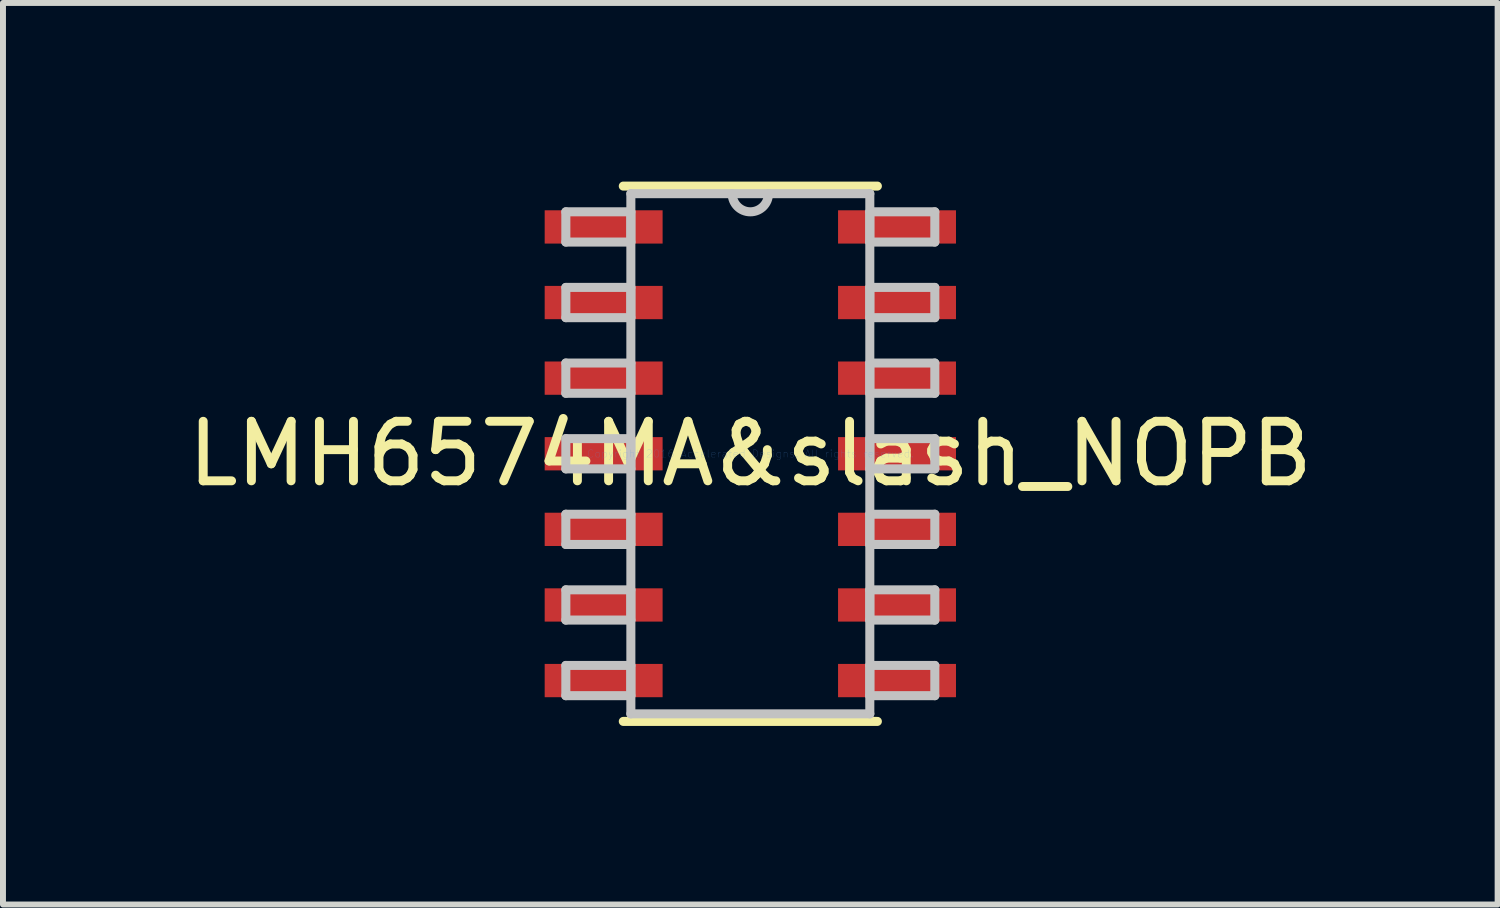
<source format=kicad_pcb>
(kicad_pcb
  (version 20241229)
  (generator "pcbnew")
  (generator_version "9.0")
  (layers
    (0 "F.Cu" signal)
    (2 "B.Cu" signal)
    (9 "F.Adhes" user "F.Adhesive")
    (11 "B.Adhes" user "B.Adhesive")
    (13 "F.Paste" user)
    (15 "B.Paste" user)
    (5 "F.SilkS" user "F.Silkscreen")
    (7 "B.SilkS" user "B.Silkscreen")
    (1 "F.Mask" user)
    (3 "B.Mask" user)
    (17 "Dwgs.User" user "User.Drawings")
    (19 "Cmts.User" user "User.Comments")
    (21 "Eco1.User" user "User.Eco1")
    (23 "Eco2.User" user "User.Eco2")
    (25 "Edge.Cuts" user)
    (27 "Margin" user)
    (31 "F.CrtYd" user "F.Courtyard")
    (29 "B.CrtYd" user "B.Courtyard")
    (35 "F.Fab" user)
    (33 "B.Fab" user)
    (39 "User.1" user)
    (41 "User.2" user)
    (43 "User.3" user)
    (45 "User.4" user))
  (footprint "LMH6574MA&slash_NOPB"
    (layer "F.Cu")
    (at 9.554 4.572)
    (property "Reference" "LMH6574MA&slash_NOPB" (at 0 0 0) (layer "F.SilkS") (effects (font (size 1 1) (thickness 0.15))))
    (attr through_hole)
    (fp_line (start -2.134 4.496) (end 2.134 4.496) (stroke (width 0.152) (type solid)) (layer "F.SilkS"))
    (fp_line (start 2.134 -4.496) (end -2.134 -4.496) (stroke (width 0.152) (type solid)) (layer "F.SilkS"))
    (fp_line (start -3.099 -4.064) (end -3.099 -3.556) (stroke (width 0.152) (type solid)) (layer "Dwgs.User"))
    (fp_line (start -3.099 -3.556) (end -2.007 -3.556) (stroke (width 0.152) (type solid)) (layer "Dwgs.User"))
    (fp_line (start -3.099 -2.794) (end -3.099 -2.286) (stroke (width 0.152) (type solid)) (layer "Dwgs.User"))
    (fp_line (start -3.099 -2.286) (end -2.007 -2.286) (stroke (width 0.152) (type solid)) (layer "Dwgs.User"))
    (fp_line (start -3.099 -1.524) (end -3.099 -1.016) (stroke (width 0.152) (type solid)) (layer "Dwgs.User"))
    (fp_line (start -3.099 -1.016) (end -2.007 -1.016) (stroke (width 0.152) (type solid)) (layer "Dwgs.User"))
    (fp_line (start -3.099 -0.254) (end -3.099 0.254) (stroke (width 0.152) (type solid)) (layer "Dwgs.User"))
    (fp_line (start -3.099 0.254) (end -2.007 0.254) (stroke (width 0.152) (type solid)) (layer "Dwgs.User"))
    (fp_line (start -3.099 1.016) (end -3.099 1.524) (stroke (width 0.152) (type solid)) (layer "Dwgs.User"))
    (fp_line (start -3.099 1.524) (end -2.007 1.524) (stroke (width 0.152) (type solid)) (layer "Dwgs.User"))
    (fp_line (start -3.099 2.286) (end -3.099 2.794) (stroke (width 0.152) (type solid)) (layer "Dwgs.User"))
    (fp_line (start -3.099 2.794) (end -2.007 2.794) (stroke (width 0.152) (type solid)) (layer "Dwgs.User"))
    (fp_line (start -3.099 3.556) (end -3.099 4.064) (stroke (width 0.152) (type solid)) (layer "Dwgs.User"))
    (fp_line (start -3.099 4.064) (end -2.007 4.064) (stroke (width 0.152) (type solid)) (layer "Dwgs.User"))
    (fp_line (start -2.007 -4.369) (end -2.007 4.369) (stroke (width 0.152) (type solid)) (layer "Dwgs.User"))
    (fp_line (start -2.007 -4.064) (end -3.099 -4.064) (stroke (width 0.152) (type solid)) (layer "Dwgs.User"))
    (fp_line (start -2.007 -3.556) (end -2.007 -4.064) (stroke (width 0.152) (type solid)) (layer "Dwgs.User"))
    (fp_line (start -2.007 -2.794) (end -3.099 -2.794) (stroke (width 0.152) (type solid)) (layer "Dwgs.User"))
    (fp_line (start -2.007 -2.286) (end -2.007 -2.794) (stroke (width 0.152) (type solid)) (layer "Dwgs.User"))
    (fp_line (start -2.007 -1.524) (end -3.099 -1.524) (stroke (width 0.152) (type solid)) (layer "Dwgs.User"))
    (fp_line (start -2.007 -1.016) (end -2.007 -1.524) (stroke (width 0.152) (type solid)) (layer "Dwgs.User"))
    (fp_line (start -2.007 -0.254) (end -3.099 -0.254) (stroke (width 0.152) (type solid)) (layer "Dwgs.User"))
    (fp_line (start -2.007 0.254) (end -2.007 -0.254) (stroke (width 0.152) (type solid)) (layer "Dwgs.User"))
    (fp_line (start -2.007 1.016) (end -3.099 1.016) (stroke (width 0.152) (type solid)) (layer "Dwgs.User"))
    (fp_line (start -2.007 1.524) (end -2.007 1.016) (stroke (width 0.152) (type solid)) (layer "Dwgs.User"))
    (fp_line (start -2.007 2.286) (end -3.099 2.286) (stroke (width 0.152) (type solid)) (layer "Dwgs.User"))
    (fp_line (start -2.007 2.794) (end -2.007 2.286) (stroke (width 0.152) (type solid)) (layer "Dwgs.User"))
    (fp_line (start -2.007 3.556) (end -3.099 3.556) (stroke (width 0.152) (type solid)) (layer "Dwgs.User"))
    (fp_line (start -2.007 4.064) (end -2.007 3.556) (stroke (width 0.152) (type solid)) (layer "Dwgs.User"))
    (fp_line (start -2.007 4.369) (end 2.007 4.369) (stroke (width 0.152) (type solid)) (layer "Dwgs.User"))
    (fp_line (start 2.007 -4.369) (end -2.007 -4.369) (stroke (width 0.152) (type solid)) (layer "Dwgs.User"))
    (fp_line (start 2.007 -4.064) (end 2.007 -3.556) (stroke (width 0.152) (type solid)) (layer "Dwgs.User"))
    (fp_line (start 2.007 -3.556) (end 3.099 -3.556) (stroke (width 0.152) (type solid)) (layer "Dwgs.User"))
    (fp_line (start 2.007 -2.794) (end 2.007 -2.286) (stroke (width 0.152) (type solid)) (layer "Dwgs.User"))
    (fp_line (start 2.007 -2.286) (end 3.099 -2.286) (stroke (width 0.152) (type solid)) (layer "Dwgs.User"))
    (fp_line (start 2.007 -1.524) (end 2.007 -1.016) (stroke (width 0.152) (type solid)) (layer "Dwgs.User"))
    (fp_line (start 2.007 -1.016) (end 3.099 -1.016) (stroke (width 0.152) (type solid)) (layer "Dwgs.User"))
    (fp_line (start 2.007 -0.254) (end 2.007 0.254) (stroke (width 0.152) (type solid)) (layer "Dwgs.User"))
    (fp_line (start 2.007 0.254) (end 3.099 0.254) (stroke (width 0.152) (type solid)) (layer "Dwgs.User"))
    (fp_line (start 2.007 1.016) (end 2.007 1.524) (stroke (width 0.152) (type solid)) (layer "Dwgs.User"))
    (fp_line (start 2.007 1.524) (end 3.099 1.524) (stroke (width 0.152) (type solid)) (layer "Dwgs.User"))
    (fp_line (start 2.007 2.286) (end 2.007 2.794) (stroke (width 0.152) (type solid)) (layer "Dwgs.User"))
    (fp_line (start 2.007 2.794) (end 3.099 2.794) (stroke (width 0.152) (type solid)) (layer "Dwgs.User"))
    (fp_line (start 2.007 3.556) (end 2.007 4.064) (stroke (width 0.152) (type solid)) (layer "Dwgs.User"))
    (fp_line (start 2.007 4.064) (end 3.099 4.064) (stroke (width 0.152) (type solid)) (layer "Dwgs.User"))
    (fp_line (start 2.007 4.369) (end 2.007 -4.369) (stroke (width 0.152) (type solid)) (layer "Dwgs.User"))
    (fp_line (start 3.099 -4.064) (end 2.007 -4.064) (stroke (width 0.152) (type solid)) (layer "Dwgs.User"))
    (fp_line (start 3.099 -3.556) (end 3.099 -4.064) (stroke (width 0.152) (type solid)) (layer "Dwgs.User"))
    (fp_line (start 3.099 -2.794) (end 2.007 -2.794) (stroke (width 0.152) (type solid)) (layer "Dwgs.User"))
    (fp_line (start 3.099 -2.286) (end 3.099 -2.794) (stroke (width 0.152) (type solid)) (layer "Dwgs.User"))
    (fp_line (start 3.099 -1.524) (end 2.007 -1.524) (stroke (width 0.152) (type solid)) (layer "Dwgs.User"))
    (fp_line (start 3.099 -1.016) (end 3.099 -1.524) (stroke (width 0.152) (type solid)) (layer "Dwgs.User"))
    (fp_line (start 3.099 -0.254) (end 2.007 -0.254) (stroke (width 0.152) (type solid)) (layer "Dwgs.User"))
    (fp_line (start 3.099 0.254) (end 3.099 -0.254) (stroke (width 0.152) (type solid)) (layer "Dwgs.User"))
    (fp_line (start 3.099 1.016) (end 2.007 1.016) (stroke (width 0.152) (type solid)) (layer "Dwgs.User"))
    (fp_line (start 3.099 1.524) (end 3.099 1.016) (stroke (width 0.152) (type solid)) (layer "Dwgs.User"))
    (fp_line (start 3.099 2.286) (end 2.007 2.286) (stroke (width 0.152) (type solid)) (layer "Dwgs.User"))
    (fp_line (start 3.099 2.794) (end 3.099 2.286) (stroke (width 0.152) (type solid)) (layer "Dwgs.User"))
    (fp_line (start 3.099 3.556) (end 2.007 3.556) (stroke (width 0.152) (type solid)) (layer "Dwgs.User"))
    (fp_line (start 3.099 4.064) (end 3.099 3.556) (stroke (width 0.152) (type solid)) (layer "Dwgs.User"))
    (fp_arc (start 0.3048 -4.3688) (mid 0 -4.064) (end -0.3048 -4.3688) (stroke (width 0.1524) (type solid)) (layer "Dwgs.User"))
    (fp_text user "Copyright 2016 Accelerated Designs. All rights reserved." (at 0 0 0) (layer "Cmts.User") (effects (font (size 0.127 0.127) (thickness 0.002))))
    (pad "1" smd rect (at -2.464 -3.81) (size 1.981 0.559) (layers "F.Cu" "F.Mask" "F.Paste"))
    (pad "2" smd rect (at -2.464 -2.54) (size 1.981 0.559) (layers "F.Cu" "F.Mask" "F.Paste"))
    (pad "3" smd rect (at -2.464 -1.27) (size 1.981 0.559) (layers "F.Cu" "F.Mask" "F.Paste"))
    (pad "4" smd rect (at -2.464 0) (size 1.981 0.559) (layers "F.Cu" "F.Mask" "F.Paste"))
    (pad "5" smd rect (at -2.464 1.27) (size 1.981 0.559) (layers "F.Cu" "F.Mask" "F.Paste"))
    (pad "6" smd rect (at -2.464 2.54) (size 1.981 0.559) (layers "F.Cu" "F.Mask" "F.Paste"))
    (pad "7" smd rect (at -2.464 3.81) (size 1.981 0.559) (layers "F.Cu" "F.Mask" "F.Paste"))
    (pad "8" smd rect (at 2.464 3.81) (size 1.981 0.559) (layers "F.Cu" "F.Mask" "F.Paste"))
    (pad "9" smd rect (at 2.464 2.54) (size 1.981 0.559) (layers "F.Cu" "F.Mask" "F.Paste"))
    (pad "10" smd rect (at 2.464 1.27) (size 1.981 0.559) (layers "F.Cu" "F.Mask" "F.Paste"))
    (pad "11" smd rect (at 2.464 0) (size 1.981 0.559) (layers "F.Cu" "F.Mask" "F.Paste"))
    (pad "12" smd rect (at 2.464 -1.27) (size 1.981 0.559) (layers "F.Cu" "F.Mask" "F.Paste"))
    (pad "13" smd rect (at 2.464 -2.54) (size 1.981 0.559) (layers "F.Cu" "F.Mask" "F.Paste"))
    (pad "14" smd rect (at 2.464 -3.81) (size 1.981 0.559) (layers "F.Cu" "F.Mask" "F.Paste")))
  (gr_rect
    (start -3 -3)
    (end 22.107 12.144)
    (stroke (width 0.1) (type default))
    (fill no)
    (layer "Edge.Cuts")))
</source>
